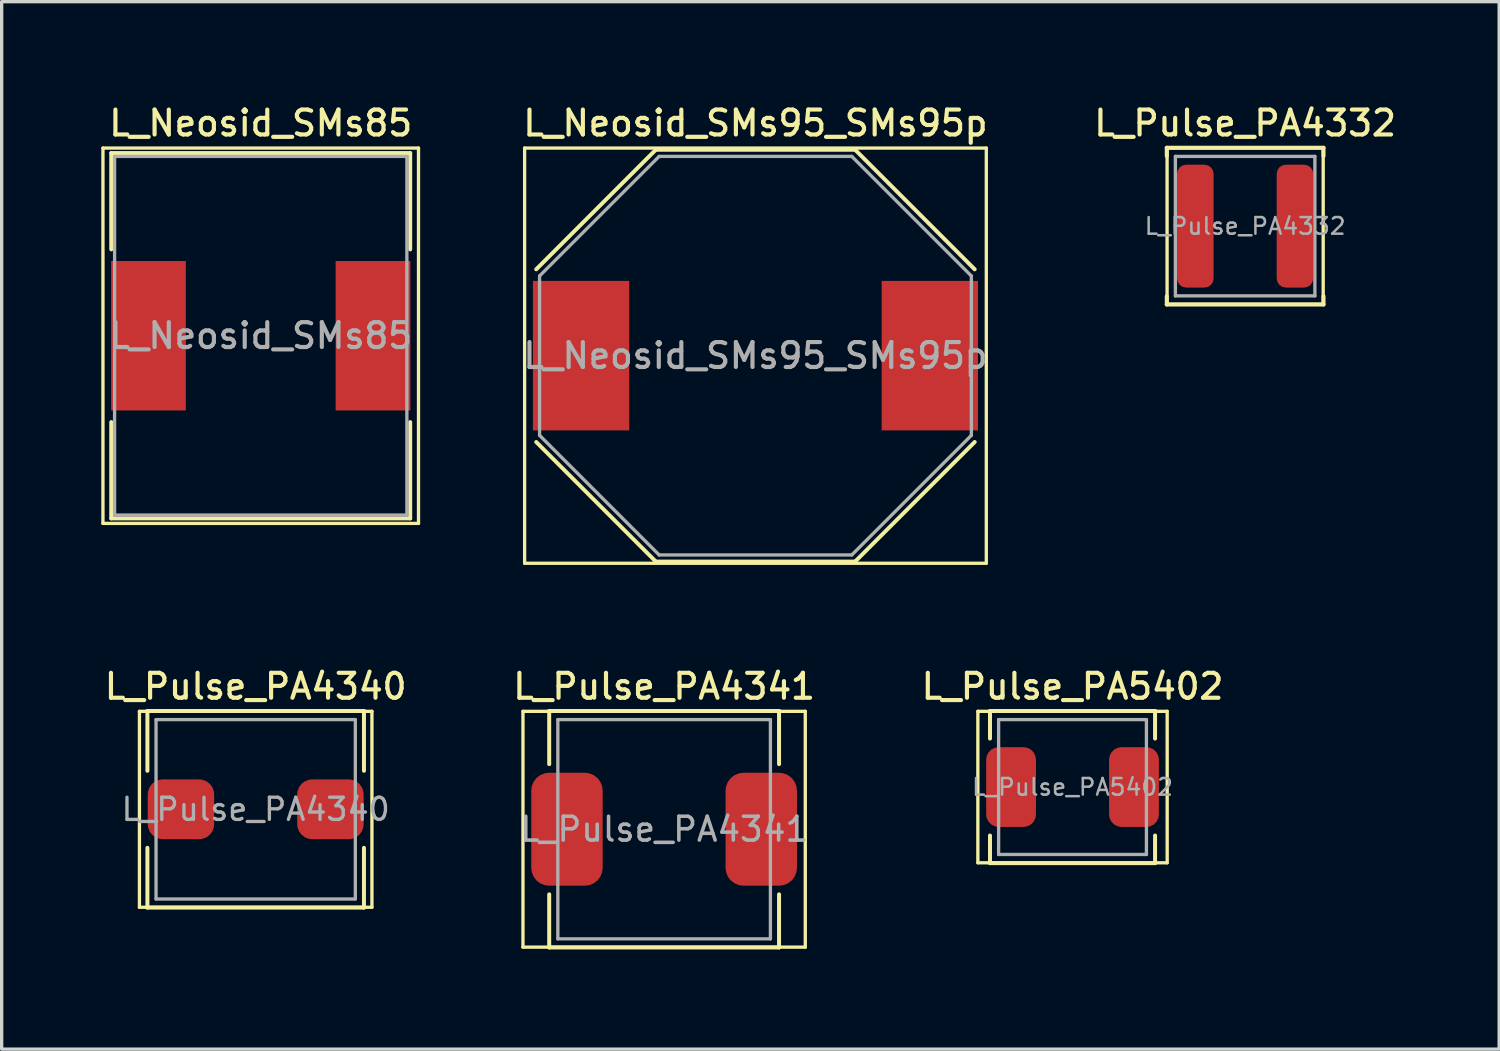
<source format=kicad_pcb>
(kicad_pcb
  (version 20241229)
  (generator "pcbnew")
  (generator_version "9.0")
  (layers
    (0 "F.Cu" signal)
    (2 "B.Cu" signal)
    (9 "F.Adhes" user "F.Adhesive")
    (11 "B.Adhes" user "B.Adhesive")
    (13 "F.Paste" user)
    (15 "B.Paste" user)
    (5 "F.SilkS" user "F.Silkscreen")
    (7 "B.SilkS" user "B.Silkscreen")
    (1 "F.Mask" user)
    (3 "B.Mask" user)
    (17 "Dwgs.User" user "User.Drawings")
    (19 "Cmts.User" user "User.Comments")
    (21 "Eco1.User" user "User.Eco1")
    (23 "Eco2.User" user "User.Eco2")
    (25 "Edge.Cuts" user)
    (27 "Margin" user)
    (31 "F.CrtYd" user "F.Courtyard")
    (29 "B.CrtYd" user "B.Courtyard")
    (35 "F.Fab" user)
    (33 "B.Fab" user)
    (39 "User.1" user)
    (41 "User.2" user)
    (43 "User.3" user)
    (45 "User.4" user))
  (footprint "L_Pulse_PA5402"
    (layer "F.Cu")
    (at 29.241 20.646)
    (property "Reference" "L_Pulse_PA5402" (at 0 -3.03 0) (layer "F.SilkS") (effects (font (size 0.75 0.75) (thickness 0.125))))
    (attr smd)
    (fp_line (start -2.85 -2.28) (end -2.85 2.28) (stroke (width 0.1) (type solid)) (layer "F.SilkS"))
    (fp_line (start -2.85 2.28) (end 2.85 2.28) (stroke (width 0.1) (type solid)) (layer "F.SilkS"))
    (fp_line (start -2.485 -2.29) (end -2.485 -1.46) (stroke (width 0.12) (type solid)) (layer "F.SilkS"))
    (fp_line (start -2.485 -2.29) (end 2.485 -2.29) (stroke (width 0.12) (type solid)) (layer "F.SilkS"))
    (fp_line (start -2.485 2.29) (end -2.485 1.46) (stroke (width 0.12) (type solid)) (layer "F.SilkS"))
    (fp_line (start -2.485 2.29) (end 2.485 2.29) (stroke (width 0.12) (type solid)) (layer "F.SilkS"))
    (fp_line (start 2.485 -2.29) (end 2.485 -1.46) (stroke (width 0.12) (type solid)) (layer "F.SilkS"))
    (fp_line (start 2.485 2.29) (end 2.485 1.46) (stroke (width 0.12) (type solid)) (layer "F.SilkS"))
    (fp_line (start 2.85 -2.28) (end -2.85 -2.28) (stroke (width 0.1) (type solid)) (layer "F.SilkS"))
    (fp_line (start 2.85 2.28) (end 2.85 -2.28) (stroke (width 0.1) (type solid)) (layer "F.SilkS"))
    (fp_line (start -2.225 -2.03) (end -2.225 2.03) (stroke (width 0.1) (type solid)) (layer "F.Fab"))
    (fp_line (start -2.225 2.03) (end 2.225 2.03) (stroke (width 0.1) (type solid)) (layer "F.Fab"))
    (fp_line (start 2.225 -2.03) (end -2.225 -2.03) (stroke (width 0.1) (type solid)) (layer "F.Fab"))
    (fp_line (start 2.225 2.03) (end 2.225 -2.03) (stroke (width 0.1) (type solid)) (layer "F.Fab"))
    (fp_text user "${REFERENCE}" (at 0 0 0) (layer "F.Fab") (effects (font (size 0.5 0.5) (thickness 0.075))))
    (pad "1" smd roundrect (at -1.85 0) (size 1.5 2.4) (layers "F.Cu" "F.Mask" "F.Paste") (roundrect_rratio 0.25))
    (pad "2" smd roundrect (at 1.85 0) (size 1.5 2.4) (layers "F.Cu" "F.Mask" "F.Paste") (roundrect_rratio 0.25)))
  (footprint "L_Pulse_PA4332"
    (layer "F.Cu")
    (at 34.438 3.758)
    (property "Reference" "L_Pulse_PA4332" (at 0 -3.1 0) (layer "F.SilkS") (effects (font (size 0.75 0.75) (thickness 0.125))))
    (attr smd)
    (fp_line (start -2.36 -2.36) (end -2.36 -2.11) (stroke (width 0.12) (type solid)) (layer "F.SilkS"))
    (fp_line (start -2.36 -2.36) (end 2.36 -2.36) (stroke (width 0.12) (type solid)) (layer "F.SilkS"))
    (fp_line (start -2.36 2.36) (end -2.36 2.11) (stroke (width 0.12) (type solid)) (layer "F.SilkS"))
    (fp_line (start -2.36 2.36) (end 2.36 2.36) (stroke (width 0.12) (type solid)) (layer "F.SilkS"))
    (fp_line (start -2.35 -2.35) (end -2.35 2.35) (stroke (width 0.1) (type solid)) (layer "F.SilkS"))
    (fp_line (start -2.35 2.35) (end 2.35 2.35) (stroke (width 0.1) (type solid)) (layer "F.SilkS"))
    (fp_line (start 2.35 -2.35) (end -2.35 -2.35) (stroke (width 0.1) (type solid)) (layer "F.SilkS"))
    (fp_line (start 2.35 2.35) (end 2.35 -2.35) (stroke (width 0.1) (type solid)) (layer "F.SilkS"))
    (fp_line (start 2.36 -2.36) (end 2.36 -2.11) (stroke (width 0.12) (type solid)) (layer "F.SilkS"))
    (fp_line (start 2.36 2.36) (end 2.36 2.11) (stroke (width 0.12) (type solid)) (layer "F.SilkS"))
    (fp_line (start -2.1 -2.1) (end -2.1 2.1) (stroke (width 0.1) (type solid)) (layer "F.Fab"))
    (fp_line (start -2.1 2.1) (end 2.1 2.1) (stroke (width 0.1) (type solid)) (layer "F.Fab"))
    (fp_line (start 2.1 -2.1) (end -2.1 -2.1) (stroke (width 0.1) (type solid)) (layer "F.Fab"))
    (fp_line (start 2.1 2.1) (end 2.1 -2.1) (stroke (width 0.1) (type solid)) (layer "F.Fab"))
    (fp_text user "${REFERENCE}" (at 0 0 0) (layer "F.Fab") (effects (font (size 0.5 0.5) (thickness 0.075))))
    (pad "1" smd roundrect (at -1.5 0) (size 1.1 3.7) (layers "F.Cu" "F.Mask" "F.Paste") (roundrect_rratio 0.25))
    (pad "2" smd roundrect (at 1.5 0) (size 1.1 3.7) (layers "F.Cu" "F.Mask" "F.Paste") (roundrect_rratio 0.25)))
  (footprint "L_Neosid_SMs85"
    (layer "F.Cu")
    (at 4.8 7.058)
    (property "Reference" "L_Neosid_SMs85" (at 0 -6.4 0) (layer "F.SilkS") (effects (font (size 0.75 0.75) (thickness 0.125))))
    (attr smd)
    (fp_line (start -4.75 -5.65) (end -4.75 5.65) (stroke (width 0.1) (type solid)) (layer "F.SilkS"))
    (fp_line (start -4.75 -5.65) (end 4.75 -5.65) (stroke (width 0.1) (type solid)) (layer "F.SilkS"))
    (fp_line (start -4.5 -5.5) (end 4.5 -5.5) (stroke (width 0.12) (type solid)) (layer "F.SilkS"))
    (fp_line (start -4.5 -2.6) (end -4.5 -5.5) (stroke (width 0.12) (type solid)) (layer "F.SilkS"))
    (fp_line (start -4.5 5.5) (end -4.5 2.6) (stroke (width 0.12) (type solid)) (layer "F.SilkS"))
    (fp_line (start 4.5 -5.5) (end 4.5 -2.6) (stroke (width 0.12) (type solid)) (layer "F.SilkS"))
    (fp_line (start 4.5 2.6) (end 4.5 5.5) (stroke (width 0.12) (type solid)) (layer "F.SilkS"))
    (fp_line (start 4.5 5.5) (end -4.5 5.5) (stroke (width 0.12) (type solid)) (layer "F.SilkS"))
    (fp_line (start 4.75 5.65) (end -4.75 5.65) (stroke (width 0.1) (type solid)) (layer "F.SilkS"))
    (fp_line (start 4.75 5.65) (end 4.75 -5.65) (stroke (width 0.1) (type solid)) (layer "F.SilkS"))
    (fp_line (start -4.4 -5.4) (end 4.4 -5.4) (stroke (width 0.1) (type solid)) (layer "F.Fab"))
    (fp_line (start -4.4 5.4) (end -4.4 -5.4) (stroke (width 0.1) (type solid)) (layer "F.Fab"))
    (fp_line (start 4.4 -5.4) (end 4.4 5.4) (stroke (width 0.1) (type solid)) (layer "F.Fab"))
    (fp_line (start 4.4 5.4) (end -4.4 5.4) (stroke (width 0.1) (type solid)) (layer "F.Fab"))
    (fp_text user "${REFERENCE}" (at 0 0 0) (layer "F.Fab") (effects (font (size 0.75 0.75) (thickness 0.125))))
    (pad "1" smd rect (at -3.38 0) (size 2.25 4.5) (layers "F.Cu" "F.Mask" "F.Paste"))
    (pad "2" smd rect (at 3.38 0) (size 2.25 4.5) (layers "F.Cu" "F.Mask" "F.Paste")))
  (footprint "L_Pulse_PA4341"
    (layer "F.Cu")
    (at 16.945 21.916)
    (property "Reference" "L_Pulse_PA4341" (at 0 -4.3 0) (layer "F.SilkS") (effects (font (size 0.75 0.75) (thickness 0.125))))
    (attr smd)
    (fp_line (start -4.25 -3.55) (end -4.25 3.55) (stroke (width 0.1) (type solid)) (layer "F.SilkS"))
    (fp_line (start -4.25 3.55) (end 4.25 3.55) (stroke (width 0.1) (type solid)) (layer "F.SilkS"))
    (fp_line (start -3.46 -3.56) (end -3.46 -1.96) (stroke (width 0.12) (type solid)) (layer "F.SilkS"))
    (fp_line (start -3.46 -3.56) (end 3.46 -3.56) (stroke (width 0.12) (type solid)) (layer "F.SilkS"))
    (fp_line (start -3.46 3.56) (end -3.46 1.96) (stroke (width 0.12) (type solid)) (layer "F.SilkS"))
    (fp_line (start -3.46 3.56) (end 3.46 3.56) (stroke (width 0.12) (type solid)) (layer "F.SilkS"))
    (fp_line (start 3.46 -3.56) (end 3.46 -1.96) (stroke (width 0.12) (type solid)) (layer "F.SilkS"))
    (fp_line (start 3.46 3.56) (end 3.46 1.96) (stroke (width 0.12) (type solid)) (layer "F.SilkS"))
    (fp_line (start 4.25 -3.55) (end -4.25 -3.55) (stroke (width 0.1) (type solid)) (layer "F.SilkS"))
    (fp_line (start 4.25 3.55) (end 4.25 -3.55) (stroke (width 0.1) (type solid)) (layer "F.SilkS"))
    (fp_line (start -3.2 -3.3) (end -3.2 3.3) (stroke (width 0.1) (type solid)) (layer "F.Fab"))
    (fp_line (start -3.2 3.3) (end 3.2 3.3) (stroke (width 0.1) (type solid)) (layer "F.Fab"))
    (fp_line (start 3.2 -3.3) (end -3.2 -3.3) (stroke (width 0.1) (type solid)) (layer "F.Fab"))
    (fp_line (start 3.2 3.3) (end 3.2 -3.3) (stroke (width 0.1) (type solid)) (layer "F.Fab"))
    (fp_text user "${REFERENCE}" (at 0 0 0) (layer "F.Fab") (effects (font (size 0.717 0.717) (thickness 0.107))))
    (pad "1" smd roundrect (at -2.925 0) (size 2.15 3.4) (layers "F.Cu" "F.Mask" "F.Paste") (roundrect_rratio 0.25))
    (pad "2" smd roundrect (at 2.925 0) (size 2.15 3.4) (layers "F.Cu" "F.Mask" "F.Paste") (roundrect_rratio 0.25)))
  (footprint "L_Pulse_PA4340"
    (layer "F.Cu")
    (at 4.648 21.316)
    (property "Reference" "L_Pulse_PA4340" (at 0 -3.7 0) (layer "F.SilkS") (effects (font (size 0.75 0.75) (thickness 0.125))))
    (attr smd)
    (fp_line (start -3.5 -2.95) (end -3.5 2.95) (stroke (width 0.1) (type solid)) (layer "F.SilkS"))
    (fp_line (start -3.5 2.95) (end 3.5 2.95) (stroke (width 0.1) (type solid)) (layer "F.SilkS"))
    (fp_line (start -3.26 -2.96) (end -3.26 -1.16) (stroke (width 0.12) (type solid)) (layer "F.SilkS"))
    (fp_line (start -3.26 -2.96) (end 3.26 -2.96) (stroke (width 0.12) (type solid)) (layer "F.SilkS"))
    (fp_line (start -3.26 2.96) (end -3.26 1.16) (stroke (width 0.12) (type solid)) (layer "F.SilkS"))
    (fp_line (start -3.26 2.96) (end 3.26 2.96) (stroke (width 0.12) (type solid)) (layer "F.SilkS"))
    (fp_line (start 3.26 -2.96) (end 3.26 -1.16) (stroke (width 0.12) (type solid)) (layer "F.SilkS"))
    (fp_line (start 3.26 2.96) (end 3.26 1.16) (stroke (width 0.12) (type solid)) (layer "F.SilkS"))
    (fp_line (start 3.5 -2.95) (end -3.5 -2.95) (stroke (width 0.1) (type solid)) (layer "F.SilkS"))
    (fp_line (start 3.5 2.95) (end 3.5 -2.95) (stroke (width 0.1) (type solid)) (layer "F.SilkS"))
    (fp_line (start -3 -2.7) (end -3 2.7) (stroke (width 0.1) (type solid)) (layer "F.Fab"))
    (fp_line (start -3 2.7) (end 3 2.7) (stroke (width 0.1) (type solid)) (layer "F.Fab"))
    (fp_line (start 3 -2.7) (end -3 -2.7) (stroke (width 0.1) (type solid)) (layer "F.Fab"))
    (fp_line (start 3 2.7) (end 3 -2.7) (stroke (width 0.1) (type solid)) (layer "F.Fab"))
    (fp_text user "${REFERENCE}" (at 0 0 0) (layer "F.Fab") (effects (font (size 0.667 0.667) (thickness 0.1))))
    (pad "1" smd roundrect (at -2.25 0) (size 2 1.8) (layers "F.Cu" "F.Mask" "F.Paste") (roundrect_rratio 0.25))
    (pad "2" smd roundrect (at 2.25 0) (size 2 1.8) (layers "F.Cu" "F.Mask" "F.Paste") (roundrect_rratio 0.25)))
  (footprint "L_Neosid_SMs95_SMs95p"
    (layer "F.Cu")
    (at 19.695 7.658)
    (property "Reference" "L_Neosid_SMs95_SMs95p" (at 0 -7 0) (layer "F.SilkS") (effects (font (size 0.75 0.75) (thickness 0.125))))
    (attr smd)
    (fp_line (start -6.95 -6.25) (end -6.95 6.25) (stroke (width 0.1) (type solid)) (layer "F.SilkS"))
    (fp_line (start -6.95 -6.25) (end 6.95 -6.25) (stroke (width 0.1) (type solid)) (layer "F.SilkS"))
    (fp_line (start -6.6 -2.6) (end -3 -6.2) (stroke (width 0.12) (type solid)) (layer "F.SilkS"))
    (fp_line (start -3 -6.2) (end 3 -6.2) (stroke (width 0.12) (type solid)) (layer "F.SilkS"))
    (fp_line (start -3 6.2) (end -6.6 2.6) (stroke (width 0.12) (type solid)) (layer "F.SilkS"))
    (fp_line (start 3 -6.2) (end 6.6 -2.6) (stroke (width 0.12) (type solid)) (layer "F.SilkS"))
    (fp_line (start 3 6.2) (end -3 6.2) (stroke (width 0.12) (type solid)) (layer "F.SilkS"))
    (fp_line (start 6.6 2.6) (end 3 6.2) (stroke (width 0.12) (type solid)) (layer "F.SilkS"))
    (fp_line (start 6.95 6.25) (end -6.95 6.25) (stroke (width 0.1) (type solid)) (layer "F.SilkS"))
    (fp_line (start 6.95 6.25) (end 6.95 -6.25) (stroke (width 0.1) (type solid)) (layer "F.SilkS"))
    (fp_line (start -6.5 -2.4) (end -6.5 2.4) (stroke (width 0.1) (type solid)) (layer "F.Fab"))
    (fp_line (start -6.5 -2.4) (end -2.9 -6) (stroke (width 0.1) (type solid)) (layer "F.Fab"))
    (fp_line (start -6.5 2.4) (end -2.9 6) (stroke (width 0.1) (type solid)) (layer "F.Fab"))
    (fp_line (start -2.9 6) (end 2.9 6) (stroke (width 0.1) (type solid)) (layer "F.Fab"))
    (fp_line (start 2.9 -6) (end -2.9 -6) (stroke (width 0.1) (type solid)) (layer "F.Fab"))
    (fp_line (start 2.9 6) (end 6.5 2.4) (stroke (width 0.1) (type solid)) (layer "F.Fab"))
    (fp_line (start 6.5 -2.4) (end 2.9 -6) (stroke (width 0.1) (type solid)) (layer "F.Fab"))
    (fp_line (start 6.5 2.4) (end 6.5 -2.4) (stroke (width 0.1) (type solid)) (layer "F.Fab"))
    (fp_text user "${REFERENCE}" (at 0 0 0) (layer "F.Fab") (effects (font (size 0.75 0.75) (thickness 0.125))))
    (pad "1" smd rect (at -5.25 0) (size 2.9 4.5) (layers "F.Cu" "F.Mask" "F.Paste"))
    (pad "2" smd rect (at 5.25 0) (size 2.9 4.5) (layers "F.Cu" "F.Mask" "F.Paste")))
  (gr_rect
    (start -3 -3)
    (end 42.086 28.536)
    (stroke (width 0.1) (type default))
    (fill no)
    (layer "Edge.Cuts")))
</source>
